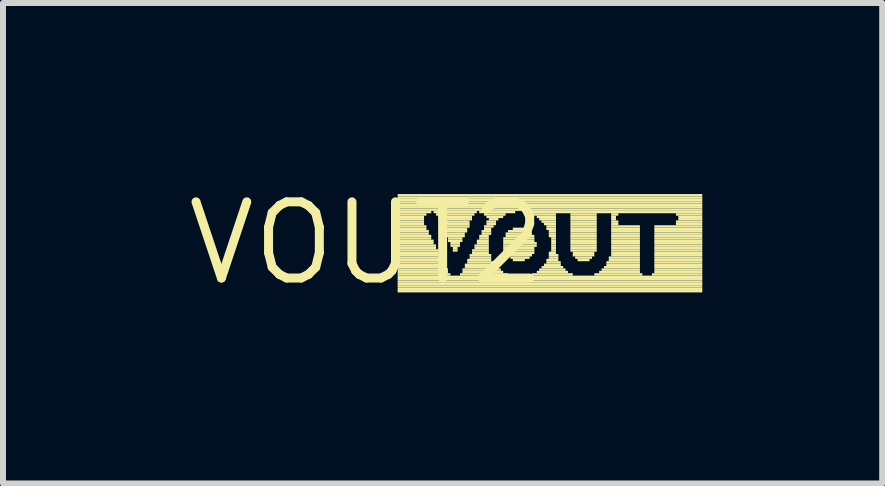
<source format=kicad_pcb>
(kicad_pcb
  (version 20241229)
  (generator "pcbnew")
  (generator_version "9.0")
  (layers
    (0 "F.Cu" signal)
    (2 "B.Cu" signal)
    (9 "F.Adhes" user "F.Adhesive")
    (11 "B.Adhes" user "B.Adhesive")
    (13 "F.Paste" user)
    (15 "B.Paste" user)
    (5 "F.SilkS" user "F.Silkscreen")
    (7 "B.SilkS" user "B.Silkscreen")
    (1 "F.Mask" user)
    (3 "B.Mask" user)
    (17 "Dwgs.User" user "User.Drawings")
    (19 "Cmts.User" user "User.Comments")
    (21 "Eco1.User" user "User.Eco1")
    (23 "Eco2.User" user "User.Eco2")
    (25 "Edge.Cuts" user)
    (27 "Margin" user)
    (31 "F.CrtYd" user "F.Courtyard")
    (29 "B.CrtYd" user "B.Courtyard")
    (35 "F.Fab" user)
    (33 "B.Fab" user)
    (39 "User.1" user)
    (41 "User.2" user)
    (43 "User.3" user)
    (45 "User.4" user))
  (footprint "VOUT2"
    (layer "F.Cu")
    (at 3.061 1.006)
    (property "Reference" "VOUT2" (at 0 0 0) (layer "F.SilkS") (effects (font (size 1.27 1.27) (thickness 0.15))))
    (fp_poly (pts (xy 0.52 -0.78) (xy 5.6 -0.78) (xy 5.6 -0.82) (xy 0.52 -0.82)) (stroke (width 0) (type solid)) (fill yes) (layer "F.SilkS"))
    (fp_poly (pts (xy 0.52 -0.74) (xy 5.6 -0.74) (xy 5.6 -0.78) (xy 0.52 -0.78)) (stroke (width 0) (type solid)) (fill yes) (layer "F.SilkS"))
    (fp_poly (pts (xy 0.52 -0.7) (xy 5.6 -0.7) (xy 5.6 -0.74) (xy 0.52 -0.74)) (stroke (width 0) (type solid)) (fill yes) (layer "F.SilkS"))
    (fp_poly (pts (xy 0.52 -0.66) (xy 5.6 -0.66) (xy 5.6 -0.7) (xy 0.52 -0.7)) (stroke (width 0) (type solid)) (fill yes) (layer "F.SilkS"))
    (fp_poly (pts (xy 0.52 -0.62) (xy 5.6 -0.62) (xy 5.6 -0.66) (xy 0.52 -0.66)) (stroke (width 0) (type solid)) (fill yes) (layer "F.SilkS"))
    (fp_poly (pts (xy 0.52 -0.58) (xy 5.6 -0.58) (xy 5.6 -0.62) (xy 0.52 -0.62)) (stroke (width 0) (type solid)) (fill yes) (layer "F.SilkS"))
    (fp_poly (pts (xy 0.52 -0.54) (xy 5.6 -0.54) (xy 5.6 -0.58) (xy 0.52 -0.58)) (stroke (width 0) (type solid)) (fill yes) (layer "F.SilkS"))
    (fp_poly (pts (xy 0.52 -0.5) (xy 1.08 -0.5) (xy 1.08 -0.54) (xy 0.52 -0.54)) (stroke (width 0) (type solid)) (fill yes) (layer "F.SilkS"))
    (fp_poly (pts (xy 0.52 -0.46) (xy 1 -0.46) (xy 1 -0.5) (xy 0.52 -0.5)) (stroke (width 0) (type solid)) (fill yes) (layer "F.SilkS"))
    (fp_poly (pts (xy 0.52 -0.42) (xy 0.96 -0.42) (xy 0.96 -0.46) (xy 0.52 -0.46)) (stroke (width 0) (type solid)) (fill yes) (layer "F.SilkS"))
    (fp_poly (pts (xy 0.52 -0.38) (xy 0.96 -0.38) (xy 0.96 -0.42) (xy 0.52 -0.42)) (stroke (width 0) (type solid)) (fill yes) (layer "F.SilkS"))
    (fp_poly (pts (xy 0.52 -0.34) (xy 0.96 -0.34) (xy 0.96 -0.38) (xy 0.52 -0.38)) (stroke (width 0) (type solid)) (fill yes) (layer "F.SilkS"))
    (fp_poly (pts (xy 0.52 -0.3) (xy 0.96 -0.3) (xy 0.96 -0.34) (xy 0.52 -0.34)) (stroke (width 0) (type solid)) (fill yes) (layer "F.SilkS"))
    (fp_poly (pts (xy 0.52 -0.26) (xy 1 -0.26) (xy 1 -0.3) (xy 0.52 -0.3)) (stroke (width 0) (type solid)) (fill yes) (layer "F.SilkS"))
    (fp_poly (pts (xy 0.52 -0.22) (xy 1 -0.22) (xy 1 -0.26) (xy 0.52 -0.26)) (stroke (width 0) (type solid)) (fill yes) (layer "F.SilkS"))
    (fp_poly (pts (xy 0.52 -0.18) (xy 1.04 -0.18) (xy 1.04 -0.22) (xy 0.52 -0.22)) (stroke (width 0) (type solid)) (fill yes) (layer "F.SilkS"))
    (fp_poly (pts (xy 0.52 -0.14) (xy 1.04 -0.14) (xy 1.04 -0.18) (xy 0.52 -0.18)) (stroke (width 0) (type solid)) (fill yes) (layer "F.SilkS"))
    (fp_poly (pts (xy 0.52 -0.1) (xy 1.08 -0.1) (xy 1.08 -0.14) (xy 0.52 -0.14)) (stroke (width 0) (type solid)) (fill yes) (layer "F.SilkS"))
    (fp_poly (pts (xy 0.52 -0.06) (xy 1.08 -0.06) (xy 1.08 -0.1) (xy 0.52 -0.1)) (stroke (width 0) (type solid)) (fill yes) (layer "F.SilkS"))
    (fp_poly (pts (xy 0.52 -0.02) (xy 1.12 -0.02) (xy 1.12 -0.06) (xy 0.52 -0.06)) (stroke (width 0) (type solid)) (fill yes) (layer "F.SilkS"))
    (fp_poly (pts (xy 0.52 0.02) (xy 1.12 0.02) (xy 1.12 -0.02) (xy 0.52 -0.02)) (stroke (width 0) (type solid)) (fill yes) (layer "F.SilkS"))
    (fp_poly (pts (xy 0.52 0.06) (xy 1.16 0.06) (xy 1.16 0.02) (xy 0.52 0.02)) (stroke (width 0) (type solid)) (fill yes) (layer "F.SilkS"))
    (fp_poly (pts (xy 0.52 0.1) (xy 1.16 0.1) (xy 1.16 0.06) (xy 0.52 0.06)) (stroke (width 0) (type solid)) (fill yes) (layer "F.SilkS"))
    (fp_poly (pts (xy 0.52 0.14) (xy 1.2 0.14) (xy 1.2 0.1) (xy 0.52 0.1)) (stroke (width 0) (type solid)) (fill yes) (layer "F.SilkS"))
    (fp_poly (pts (xy 0.52 0.18) (xy 1.2 0.18) (xy 1.2 0.14) (xy 0.52 0.14)) (stroke (width 0) (type solid)) (fill yes) (layer "F.SilkS"))
    (fp_poly (pts (xy 0.52 0.22) (xy 1.24 0.22) (xy 1.24 0.18) (xy 0.52 0.18)) (stroke (width 0) (type solid)) (fill yes) (layer "F.SilkS"))
    (fp_poly (pts (xy 0.52 0.26) (xy 1.24 0.26) (xy 1.24 0.22) (xy 0.52 0.22)) (stroke (width 0) (type solid)) (fill yes) (layer "F.SilkS"))
    (fp_poly (pts (xy 0.52 0.3) (xy 1.28 0.3) (xy 1.28 0.26) (xy 0.52 0.26)) (stroke (width 0) (type solid)) (fill yes) (layer "F.SilkS"))
    (fp_poly (pts (xy 0.52 0.34) (xy 1.28 0.34) (xy 1.28 0.3) (xy 0.52 0.3)) (stroke (width 0) (type solid)) (fill yes) (layer "F.SilkS"))
    (fp_poly (pts (xy 0.52 0.38) (xy 1.32 0.38) (xy 1.32 0.34) (xy 0.52 0.34)) (stroke (width 0) (type solid)) (fill yes) (layer "F.SilkS"))
    (fp_poly (pts (xy 0.52 0.42) (xy 1.32 0.42) (xy 1.32 0.38) (xy 0.52 0.38)) (stroke (width 0) (type solid)) (fill yes) (layer "F.SilkS"))
    (fp_poly (pts (xy 0.52 0.46) (xy 1.36 0.46) (xy 1.36 0.42) (xy 0.52 0.42)) (stroke (width 0) (type solid)) (fill yes) (layer "F.SilkS"))
    (fp_poly (pts (xy 0.52 0.5) (xy 1.36 0.5) (xy 1.36 0.46) (xy 0.52 0.46)) (stroke (width 0) (type solid)) (fill yes) (layer "F.SilkS"))
    (fp_poly (pts (xy 0.52 0.54) (xy 1.4 0.54) (xy 1.4 0.5) (xy 0.52 0.5)) (stroke (width 0) (type solid)) (fill yes) (layer "F.SilkS"))
    (fp_poly (pts (xy 0.52 0.58) (xy 5.6 0.58) (xy 5.6 0.54) (xy 0.52 0.54)) (stroke (width 0) (type solid)) (fill yes) (layer "F.SilkS"))
    (fp_poly (pts (xy 0.52 0.62) (xy 5.6 0.62) (xy 5.6 0.58) (xy 0.52 0.58)) (stroke (width 0) (type solid)) (fill yes) (layer "F.SilkS"))
    (fp_poly (pts (xy 0.52 0.66) (xy 5.6 0.66) (xy 5.6 0.62) (xy 0.52 0.62)) (stroke (width 0) (type solid)) (fill yes) (layer "F.SilkS"))
    (fp_poly (pts (xy 0.52 0.7) (xy 5.6 0.7) (xy 5.6 0.66) (xy 0.52 0.66)) (stroke (width 0) (type solid)) (fill yes) (layer "F.SilkS"))
    (fp_poly (pts (xy 0.52 0.74) (xy 5.6 0.74) (xy 5.6 0.7) (xy 0.52 0.7)) (stroke (width 0) (type solid)) (fill yes) (layer "F.SilkS"))
    (fp_poly (pts (xy 0.52 0.78) (xy 5.6 0.78) (xy 5.6 0.74) (xy 0.52 0.74)) (stroke (width 0) (type solid)) (fill yes) (layer "F.SilkS"))
    (fp_poly (pts (xy 0.52 0.82) (xy 5.6 0.82) (xy 5.6 0.78) (xy 0.52 0.78)) (stroke (width 0) (type solid)) (fill yes) (layer "F.SilkS"))
    (fp_poly (pts (xy 1.12 -0.5) (xy 1.84 -0.5) (xy 1.84 -0.54) (xy 1.12 -0.54)) (stroke (width 0) (type solid)) (fill yes) (layer "F.SilkS"))
    (fp_poly (pts (xy 1.16 -0.46) (xy 1.8 -0.46) (xy 1.8 -0.5) (xy 1.16 -0.5)) (stroke (width 0) (type solid)) (fill yes) (layer "F.SilkS"))
    (fp_poly (pts (xy 1.2 -0.42) (xy 1.76 -0.42) (xy 1.76 -0.46) (xy 1.2 -0.46)) (stroke (width 0) (type solid)) (fill yes) (layer "F.SilkS"))
    (fp_poly (pts (xy 1.2 -0.38) (xy 1.76 -0.38) (xy 1.76 -0.42) (xy 1.2 -0.42)) (stroke (width 0) (type solid)) (fill yes) (layer "F.SilkS"))
    (fp_poly (pts (xy 1.24 -0.34) (xy 1.72 -0.34) (xy 1.72 -0.38) (xy 1.24 -0.38)) (stroke (width 0) (type solid)) (fill yes) (layer "F.SilkS"))
    (fp_poly (pts (xy 1.24 -0.3) (xy 1.72 -0.3) (xy 1.72 -0.34) (xy 1.24 -0.34)) (stroke (width 0) (type solid)) (fill yes) (layer "F.SilkS"))
    (fp_poly (pts (xy 1.28 -0.26) (xy 1.72 -0.26) (xy 1.72 -0.3) (xy 1.28 -0.3)) (stroke (width 0) (type solid)) (fill yes) (layer "F.SilkS"))
    (fp_poly (pts (xy 1.28 -0.22) (xy 1.68 -0.22) (xy 1.68 -0.26) (xy 1.28 -0.26)) (stroke (width 0) (type solid)) (fill yes) (layer "F.SilkS"))
    (fp_poly (pts (xy 1.32 -0.18) (xy 1.68 -0.18) (xy 1.68 -0.22) (xy 1.32 -0.22)) (stroke (width 0) (type solid)) (fill yes) (layer "F.SilkS"))
    (fp_poly (pts (xy 1.32 -0.14) (xy 1.64 -0.14) (xy 1.64 -0.18) (xy 1.32 -0.18)) (stroke (width 0) (type solid)) (fill yes) (layer "F.SilkS"))
    (fp_poly (pts (xy 1.32 -0.1) (xy 1.64 -0.1) (xy 1.64 -0.14) (xy 1.32 -0.14)) (stroke (width 0) (type solid)) (fill yes) (layer "F.SilkS"))
    (fp_poly (pts (xy 1.36 -0.06) (xy 1.6 -0.06) (xy 1.6 -0.1) (xy 1.36 -0.1)) (stroke (width 0) (type solid)) (fill yes) (layer "F.SilkS"))
    (fp_poly (pts (xy 1.36 -0.02) (xy 1.6 -0.02) (xy 1.6 -0.06) (xy 1.36 -0.06)) (stroke (width 0) (type solid)) (fill yes) (layer "F.SilkS"))
    (fp_poly (pts (xy 1.4 0.02) (xy 1.56 0.02) (xy 1.56 -0.02) (xy 1.4 -0.02)) (stroke (width 0) (type solid)) (fill yes) (layer "F.SilkS"))
    (fp_poly (pts (xy 1.4 0.06) (xy 1.56 0.06) (xy 1.56 0.02) (xy 1.4 0.02)) (stroke (width 0) (type solid)) (fill yes) (layer "F.SilkS"))
    (fp_poly (pts (xy 1.44 0.1) (xy 1.52 0.1) (xy 1.52 0.06) (xy 1.44 0.06)) (stroke (width 0) (type solid)) (fill yes) (layer "F.SilkS"))
    (fp_poly (pts (xy 1.44 0.14) (xy 1.52 0.14) (xy 1.52 0.1) (xy 1.44 0.1)) (stroke (width 0) (type solid)) (fill yes) (layer "F.SilkS"))
    (fp_poly (pts (xy 1.56 0.54) (xy 2.36 0.54) (xy 2.36 0.5) (xy 1.56 0.5)) (stroke (width 0) (type solid)) (fill yes) (layer "F.SilkS"))
    (fp_poly (pts (xy 1.6 0.46) (xy 2.24 0.46) (xy 2.24 0.42) (xy 1.6 0.42)) (stroke (width 0) (type solid)) (fill yes) (layer "F.SilkS"))
    (fp_poly (pts (xy 1.6 0.5) (xy 2.28 0.5) (xy 2.28 0.46) (xy 1.6 0.46)) (stroke (width 0) (type solid)) (fill yes) (layer "F.SilkS"))
    (fp_poly (pts (xy 1.64 0.38) (xy 2.16 0.38) (xy 2.16 0.34) (xy 1.64 0.34)) (stroke (width 0) (type solid)) (fill yes) (layer "F.SilkS"))
    (fp_poly (pts (xy 1.64 0.42) (xy 2.2 0.42) (xy 2.2 0.38) (xy 1.64 0.38)) (stroke (width 0) (type solid)) (fill yes) (layer "F.SilkS"))
    (fp_poly (pts (xy 1.68 0.3) (xy 2.08 0.3) (xy 2.08 0.26) (xy 1.68 0.26)) (stroke (width 0) (type solid)) (fill yes) (layer "F.SilkS"))
    (fp_poly (pts (xy 1.68 0.34) (xy 2.12 0.34) (xy 2.12 0.3) (xy 1.68 0.3)) (stroke (width 0) (type solid)) (fill yes) (layer "F.SilkS"))
    (fp_poly (pts (xy 1.72 0.22) (xy 2.08 0.22) (xy 2.08 0.18) (xy 1.72 0.18)) (stroke (width 0) (type solid)) (fill yes) (layer "F.SilkS"))
    (fp_poly (pts (xy 1.72 0.26) (xy 2.08 0.26) (xy 2.08 0.22) (xy 1.72 0.22)) (stroke (width 0) (type solid)) (fill yes) (layer "F.SilkS"))
    (fp_poly (pts (xy 1.76 0.14) (xy 2.04 0.14) (xy 2.04 0.1) (xy 1.76 0.1)) (stroke (width 0) (type solid)) (fill yes) (layer "F.SilkS"))
    (fp_poly (pts (xy 1.76 0.18) (xy 2.04 0.18) (xy 2.04 0.14) (xy 1.76 0.14)) (stroke (width 0) (type solid)) (fill yes) (layer "F.SilkS"))
    (fp_poly (pts (xy 1.8 0.06) (xy 2.04 0.06) (xy 2.04 0.02) (xy 1.8 0.02)) (stroke (width 0) (type solid)) (fill yes) (layer "F.SilkS"))
    (fp_poly (pts (xy 1.8 0.1) (xy 2.04 0.1) (xy 2.04 0.06) (xy 1.8 0.06)) (stroke (width 0) (type solid)) (fill yes) (layer "F.SilkS"))
    (fp_poly (pts (xy 1.84 -0.02) (xy 2.04 -0.02) (xy 2.04 -0.06) (xy 1.84 -0.06)) (stroke (width 0) (type solid)) (fill yes) (layer "F.SilkS"))
    (fp_poly (pts (xy 1.84 0.02) (xy 2.04 0.02) (xy 2.04 -0.02) (xy 1.84 -0.02)) (stroke (width 0) (type solid)) (fill yes) (layer "F.SilkS"))
    (fp_poly (pts (xy 1.88 -0.5) (xy 2.48 -0.5) (xy 2.48 -0.54) (xy 1.88 -0.54)) (stroke (width 0) (type solid)) (fill yes) (layer "F.SilkS"))
    (fp_poly (pts (xy 1.88 -0.1) (xy 2.04 -0.1) (xy 2.04 -0.14) (xy 1.88 -0.14)) (stroke (width 0) (type solid)) (fill yes) (layer "F.SilkS"))
    (fp_poly (pts (xy 1.88 -0.06) (xy 2.04 -0.06) (xy 2.04 -0.1) (xy 1.88 -0.1)) (stroke (width 0) (type solid)) (fill yes) (layer "F.SilkS"))
    (fp_poly (pts (xy 1.92 -0.18) (xy 2.08 -0.18) (xy 2.08 -0.22) (xy 1.92 -0.22)) (stroke (width 0) (type solid)) (fill yes) (layer "F.SilkS"))
    (fp_poly (pts (xy 1.92 -0.14) (xy 2.08 -0.14) (xy 2.08 -0.18) (xy 1.92 -0.18)) (stroke (width 0) (type solid)) (fill yes) (layer "F.SilkS"))
    (fp_poly (pts (xy 1.96 -0.46) (xy 2.32 -0.46) (xy 2.32 -0.5) (xy 1.96 -0.5)) (stroke (width 0) (type solid)) (fill yes) (layer "F.SilkS"))
    (fp_poly (pts (xy 1.96 -0.26) (xy 2.12 -0.26) (xy 2.12 -0.3) (xy 1.96 -0.3)) (stroke (width 0) (type solid)) (fill yes) (layer "F.SilkS"))
    (fp_poly (pts (xy 1.96 -0.22) (xy 2.08 -0.22) (xy 2.08 -0.26) (xy 1.96 -0.26)) (stroke (width 0) (type solid)) (fill yes) (layer "F.SilkS"))
    (fp_poly (pts (xy 2 -0.42) (xy 2.28 -0.42) (xy 2.28 -0.46) (xy 2 -0.46)) (stroke (width 0) (type solid)) (fill yes) (layer "F.SilkS"))
    (fp_poly (pts (xy 2 -0.34) (xy 2.16 -0.34) (xy 2.16 -0.38) (xy 2 -0.38)) (stroke (width 0) (type solid)) (fill yes) (layer "F.SilkS"))
    (fp_poly (pts (xy 2 -0.3) (xy 2.16 -0.3) (xy 2.16 -0.34) (xy 2 -0.34)) (stroke (width 0) (type solid)) (fill yes) (layer "F.SilkS"))
    (fp_poly (pts (xy 2.04 -0.38) (xy 2.2 -0.38) (xy 2.2 -0.42) (xy 2.04 -0.42)) (stroke (width 0) (type solid)) (fill yes) (layer "F.SilkS"))
    (fp_poly (pts (xy 2.28 -0.06) (xy 2.8 -0.06) (xy 2.8 -0.1) (xy 2.28 -0.1)) (stroke (width 0) (type solid)) (fill yes) (layer "F.SilkS"))
    (fp_poly (pts (xy 2.28 -0.02) (xy 2.8 -0.02) (xy 2.8 -0.06) (xy 2.28 -0.06)) (stroke (width 0) (type solid)) (fill yes) (layer "F.SilkS"))
    (fp_poly (pts (xy 2.28 0.02) (xy 2.84 0.02) (xy 2.84 -0.02) (xy 2.28 -0.02)) (stroke (width 0) (type solid)) (fill yes) (layer "F.SilkS"))
    (fp_poly (pts (xy 2.28 0.06) (xy 2.84 0.06) (xy 2.84 0.02) (xy 2.28 0.02)) (stroke (width 0) (type solid)) (fill yes) (layer "F.SilkS"))
    (fp_poly (pts (xy 2.28 0.1) (xy 2.8 0.1) (xy 2.8 0.06) (xy 2.28 0.06)) (stroke (width 0) (type solid)) (fill yes) (layer "F.SilkS"))
    (fp_poly (pts (xy 2.28 0.14) (xy 2.8 0.14) (xy 2.8 0.1) (xy 2.28 0.1)) (stroke (width 0) (type solid)) (fill yes) (layer "F.SilkS"))
    (fp_poly (pts (xy 2.32 -0.14) (xy 2.76 -0.14) (xy 2.76 -0.18) (xy 2.32 -0.18)) (stroke (width 0) (type solid)) (fill yes) (layer "F.SilkS"))
    (fp_poly (pts (xy 2.32 -0.1) (xy 2.8 -0.1) (xy 2.8 -0.14) (xy 2.32 -0.14)) (stroke (width 0) (type solid)) (fill yes) (layer "F.SilkS"))
    (fp_poly (pts (xy 2.32 0.18) (xy 2.8 0.18) (xy 2.8 0.14) (xy 2.32 0.14)) (stroke (width 0) (type solid)) (fill yes) (layer "F.SilkS"))
    (fp_poly (pts (xy 2.36 -0.18) (xy 2.72 -0.18) (xy 2.72 -0.22) (xy 2.36 -0.22)) (stroke (width 0) (type solid)) (fill yes) (layer "F.SilkS"))
    (fp_poly (pts (xy 2.36 0.22) (xy 2.76 0.22) (xy 2.76 0.18) (xy 2.36 0.18)) (stroke (width 0) (type solid)) (fill yes) (layer "F.SilkS"))
    (fp_poly (pts (xy 2.4 0.26) (xy 2.72 0.26) (xy 2.72 0.22) (xy 2.4 0.22)) (stroke (width 0) (type solid)) (fill yes) (layer "F.SilkS"))
    (fp_poly (pts (xy 2.44 -0.22) (xy 2.68 -0.22) (xy 2.68 -0.26) (xy 2.44 -0.26)) (stroke (width 0) (type solid)) (fill yes) (layer "F.SilkS"))
    (fp_poly (pts (xy 2.44 0.3) (xy 2.64 0.3) (xy 2.64 0.26) (xy 2.44 0.26)) (stroke (width 0) (type solid)) (fill yes) (layer "F.SilkS"))
    (fp_poly (pts (xy 2.64 -0.5) (xy 5.6 -0.5) (xy 5.6 -0.54) (xy 2.64 -0.54)) (stroke (width 0) (type solid)) (fill yes) (layer "F.SilkS"))
    (fp_poly (pts (xy 2.76 -0.46) (xy 3.16 -0.46) (xy 3.16 -0.5) (xy 2.76 -0.5)) (stroke (width 0) (type solid)) (fill yes) (layer "F.SilkS"))
    (fp_poly (pts (xy 2.76 0.54) (xy 3.44 0.54) (xy 3.44 0.5) (xy 2.76 0.5)) (stroke (width 0) (type solid)) (fill yes) (layer "F.SilkS"))
    (fp_poly (pts (xy 2.84 -0.42) (xy 3.16 -0.42) (xy 3.16 -0.46) (xy 2.84 -0.46)) (stroke (width 0) (type solid)) (fill yes) (layer "F.SilkS"))
    (fp_poly (pts (xy 2.84 0.5) (xy 3.36 0.5) (xy 3.36 0.46) (xy 2.84 0.46)) (stroke (width 0) (type solid)) (fill yes) (layer "F.SilkS"))
    (fp_poly (pts (xy 2.88 -0.38) (xy 3.16 -0.38) (xy 3.16 -0.42) (xy 2.88 -0.42)) (stroke (width 0) (type solid)) (fill yes) (layer "F.SilkS"))
    (fp_poly (pts (xy 2.88 0.46) (xy 3.32 0.46) (xy 3.32 0.42) (xy 2.88 0.42)) (stroke (width 0) (type solid)) (fill yes) (layer "F.SilkS"))
    (fp_poly (pts (xy 2.92 -0.34) (xy 3.16 -0.34) (xy 3.16 -0.38) (xy 2.92 -0.38)) (stroke (width 0) (type solid)) (fill yes) (layer "F.SilkS"))
    (fp_poly (pts (xy 2.92 0.42) (xy 3.28 0.42) (xy 3.28 0.38) (xy 2.92 0.38)) (stroke (width 0) (type solid)) (fill yes) (layer "F.SilkS"))
    (fp_poly (pts (xy 2.96 -0.3) (xy 3.16 -0.3) (xy 3.16 -0.34) (xy 2.96 -0.34)) (stroke (width 0) (type solid)) (fill yes) (layer "F.SilkS"))
    (fp_poly (pts (xy 2.96 0.38) (xy 3.24 0.38) (xy 3.24 0.34) (xy 2.96 0.34)) (stroke (width 0) (type solid)) (fill yes) (layer "F.SilkS"))
    (fp_poly (pts (xy 3 -0.26) (xy 3.16 -0.26) (xy 3.16 -0.3) (xy 3 -0.3)) (stroke (width 0) (type solid)) (fill yes) (layer "F.SilkS"))
    (fp_poly (pts (xy 3 -0.22) (xy 3.16 -0.22) (xy 3.16 -0.26) (xy 3 -0.26)) (stroke (width 0) (type solid)) (fill yes) (layer "F.SilkS"))
    (fp_poly (pts (xy 3 0.3) (xy 3.2 0.3) (xy 3.2 0.26) (xy 3 0.26)) (stroke (width 0) (type solid)) (fill yes) (layer "F.SilkS"))
    (fp_poly (pts (xy 3 0.34) (xy 3.24 0.34) (xy 3.24 0.3) (xy 3 0.3)) (stroke (width 0) (type solid)) (fill yes) (layer "F.SilkS"))
    (fp_poly (pts (xy 3.04 -0.18) (xy 3.16 -0.18) (xy 3.16 -0.22) (xy 3.04 -0.22)) (stroke (width 0) (type solid)) (fill yes) (layer "F.SilkS"))
    (fp_poly (pts (xy 3.04 -0.14) (xy 3.16 -0.14) (xy 3.16 -0.18) (xy 3.04 -0.18)) (stroke (width 0) (type solid)) (fill yes) (layer "F.SilkS"))
    (fp_poly (pts (xy 3.04 -0.1) (xy 3.16 -0.1) (xy 3.16 -0.14) (xy 3.04 -0.14)) (stroke (width 0) (type solid)) (fill yes) (layer "F.SilkS"))
    (fp_poly (pts (xy 3.04 0.18) (xy 3.16 0.18) (xy 3.16 0.14) (xy 3.04 0.14)) (stroke (width 0) (type solid)) (fill yes) (layer "F.SilkS"))
    (fp_poly (pts (xy 3.04 0.22) (xy 3.2 0.22) (xy 3.2 0.18) (xy 3.04 0.18)) (stroke (width 0) (type solid)) (fill yes) (layer "F.SilkS"))
    (fp_poly (pts (xy 3.04 0.26) (xy 3.2 0.26) (xy 3.2 0.22) (xy 3.04 0.22)) (stroke (width 0) (type solid)) (fill yes) (layer "F.SilkS"))
    (fp_poly (pts (xy 3.08 -0.06) (xy 3.16 -0.06) (xy 3.16 -0.1) (xy 3.08 -0.1)) (stroke (width 0) (type solid)) (fill yes) (layer "F.SilkS"))
    (fp_poly (pts (xy 3.08 -0.02) (xy 3.16 -0.02) (xy 3.16 -0.06) (xy 3.08 -0.06)) (stroke (width 0) (type solid)) (fill yes) (layer "F.SilkS"))
    (fp_poly (pts (xy 3.08 0.02) (xy 3.16 0.02) (xy 3.16 -0.02) (xy 3.08 -0.02)) (stroke (width 0) (type solid)) (fill yes) (layer "F.SilkS"))
    (fp_poly (pts (xy 3.08 0.06) (xy 3.16 0.06) (xy 3.16 0.02) (xy 3.08 0.02)) (stroke (width 0) (type solid)) (fill yes) (layer "F.SilkS"))
    (fp_poly (pts (xy 3.08 0.1) (xy 3.16 0.1) (xy 3.16 0.06) (xy 3.08 0.06)) (stroke (width 0) (type solid)) (fill yes) (layer "F.SilkS"))
    (fp_poly (pts (xy 3.08 0.14) (xy 3.16 0.14) (xy 3.16 0.1) (xy 3.08 0.1)) (stroke (width 0) (type solid)) (fill yes) (layer "F.SilkS"))
    (fp_poly (pts (xy 3.4 -0.46) (xy 3.84 -0.46) (xy 3.84 -0.5) (xy 3.4 -0.5)) (stroke (width 0) (type solid)) (fill yes) (layer "F.SilkS"))
    (fp_poly (pts (xy 3.4 -0.42) (xy 3.84 -0.42) (xy 3.84 -0.46) (xy 3.4 -0.46)) (stroke (width 0) (type solid)) (fill yes) (layer "F.SilkS"))
    (fp_poly (pts (xy 3.4 -0.38) (xy 3.84 -0.38) (xy 3.84 -0.42) (xy 3.4 -0.42)) (stroke (width 0) (type solid)) (fill yes) (layer "F.SilkS"))
    (fp_poly (pts (xy 3.4 -0.34) (xy 3.84 -0.34) (xy 3.84 -0.38) (xy 3.4 -0.38)) (stroke (width 0) (type solid)) (fill yes) (layer "F.SilkS"))
    (fp_poly (pts (xy 3.4 -0.3) (xy 3.84 -0.3) (xy 3.84 -0.34) (xy 3.4 -0.34)) (stroke (width 0) (type solid)) (fill yes) (layer "F.SilkS"))
    (fp_poly (pts (xy 3.4 -0.26) (xy 3.84 -0.26) (xy 3.84 -0.3) (xy 3.4 -0.3)) (stroke (width 0) (type solid)) (fill yes) (layer "F.SilkS"))
    (fp_poly (pts (xy 3.4 -0.22) (xy 3.84 -0.22) (xy 3.84 -0.26) (xy 3.4 -0.26)) (stroke (width 0) (type solid)) (fill yes) (layer "F.SilkS"))
    (fp_poly (pts (xy 3.4 -0.18) (xy 3.84 -0.18) (xy 3.84 -0.22) (xy 3.4 -0.22)) (stroke (width 0) (type solid)) (fill yes) (layer "F.SilkS"))
    (fp_poly (pts (xy 3.4 -0.14) (xy 3.84 -0.14) (xy 3.84 -0.18) (xy 3.4 -0.18)) (stroke (width 0) (type solid)) (fill yes) (layer "F.SilkS"))
    (fp_poly (pts (xy 3.4 -0.1) (xy 3.84 -0.1) (xy 3.84 -0.14) (xy 3.4 -0.14)) (stroke (width 0) (type solid)) (fill yes) (layer "F.SilkS"))
    (fp_poly (pts (xy 3.4 -0.06) (xy 3.84 -0.06) (xy 3.84 -0.1) (xy 3.4 -0.1)) (stroke (width 0) (type solid)) (fill yes) (layer "F.SilkS"))
    (fp_poly (pts (xy 3.4 -0.02) (xy 3.84 -0.02) (xy 3.84 -0.06) (xy 3.4 -0.06)) (stroke (width 0) (type solid)) (fill yes) (layer "F.SilkS"))
    (fp_poly (pts (xy 3.4 0.02) (xy 3.84 0.02) (xy 3.84 -0.02) (xy 3.4 -0.02)) (stroke (width 0) (type solid)) (fill yes) (layer "F.SilkS"))
    (fp_poly (pts (xy 3.4 0.06) (xy 3.84 0.06) (xy 3.84 0.02) (xy 3.4 0.02)) (stroke (width 0) (type solid)) (fill yes) (layer "F.SilkS"))
    (fp_poly (pts (xy 3.4 0.1) (xy 3.84 0.1) (xy 3.84 0.06) (xy 3.4 0.06)) (stroke (width 0) (type solid)) (fill yes) (layer "F.SilkS"))
    (fp_poly (pts (xy 3.4 0.14) (xy 3.84 0.14) (xy 3.84 0.1) (xy 3.4 0.1)) (stroke (width 0) (type solid)) (fill yes) (layer "F.SilkS"))
    (fp_poly (pts (xy 3.44 0.18) (xy 3.8 0.18) (xy 3.8 0.14) (xy 3.44 0.14)) (stroke (width 0) (type solid)) (fill yes) (layer "F.SilkS"))
    (fp_poly (pts (xy 3.44 0.22) (xy 3.8 0.22) (xy 3.8 0.18) (xy 3.44 0.18)) (stroke (width 0) (type solid)) (fill yes) (layer "F.SilkS"))
    (fp_poly (pts (xy 3.48 0.26) (xy 3.76 0.26) (xy 3.76 0.22) (xy 3.48 0.22)) (stroke (width 0) (type solid)) (fill yes) (layer "F.SilkS"))
    (fp_poly (pts (xy 3.52 0.3) (xy 3.72 0.3) (xy 3.72 0.26) (xy 3.52 0.26)) (stroke (width 0) (type solid)) (fill yes) (layer "F.SilkS"))
    (fp_poly (pts (xy 3.8 0.54) (xy 4.6 0.54) (xy 4.6 0.5) (xy 3.8 0.5)) (stroke (width 0) (type solid)) (fill yes) (layer "F.SilkS"))
    (fp_poly (pts (xy 3.88 0.5) (xy 4.56 0.5) (xy 4.56 0.46) (xy 3.88 0.46)) (stroke (width 0) (type solid)) (fill yes) (layer "F.SilkS"))
    (fp_poly (pts (xy 3.92 0.46) (xy 4.56 0.46) (xy 4.56 0.42) (xy 3.92 0.42)) (stroke (width 0) (type solid)) (fill yes) (layer "F.SilkS"))
    (fp_poly (pts (xy 3.96 0.42) (xy 4.56 0.42) (xy 4.56 0.38) (xy 3.96 0.38)) (stroke (width 0) (type solid)) (fill yes) (layer "F.SilkS"))
    (fp_poly (pts (xy 4 0.34) (xy 4.56 0.34) (xy 4.56 0.3) (xy 4 0.3)) (stroke (width 0) (type solid)) (fill yes) (layer "F.SilkS"))
    (fp_poly (pts (xy 4 0.38) (xy 4.56 0.38) (xy 4.56 0.34) (xy 4 0.34)) (stroke (width 0) (type solid)) (fill yes) (layer "F.SilkS"))
    (fp_poly (pts (xy 4.04 0.26) (xy 4.56 0.26) (xy 4.56 0.22) (xy 4.04 0.22)) (stroke (width 0) (type solid)) (fill yes) (layer "F.SilkS"))
    (fp_poly (pts (xy 4.04 0.3) (xy 4.56 0.3) (xy 4.56 0.26) (xy 4.04 0.26)) (stroke (width 0) (type solid)) (fill yes) (layer "F.SilkS"))
    (fp_poly (pts (xy 4.08 -0.46) (xy 4.2 -0.46) (xy 4.2 -0.5) (xy 4.08 -0.5)) (stroke (width 0) (type solid)) (fill yes) (layer "F.SilkS"))
    (fp_poly (pts (xy 4.08 -0.42) (xy 4.16 -0.42) (xy 4.16 -0.46) (xy 4.08 -0.46)) (stroke (width 0) (type solid)) (fill yes) (layer "F.SilkS"))
    (fp_poly (pts (xy 4.08 -0.38) (xy 4.16 -0.38) (xy 4.16 -0.42) (xy 4.08 -0.42)) (stroke (width 0) (type solid)) (fill yes) (layer "F.SilkS"))
    (fp_poly (pts (xy 4.08 -0.34) (xy 4.2 -0.34) (xy 4.2 -0.38) (xy 4.08 -0.38)) (stroke (width 0) (type solid)) (fill yes) (layer "F.SilkS"))
    (fp_poly (pts (xy 4.08 -0.3) (xy 4.2 -0.3) (xy 4.2 -0.34) (xy 4.08 -0.34)) (stroke (width 0) (type solid)) (fill yes) (layer "F.SilkS"))
    (fp_poly (pts (xy 4.08 -0.26) (xy 4.56 -0.26) (xy 4.56 -0.3) (xy 4.08 -0.3)) (stroke (width 0) (type solid)) (fill yes) (layer "F.SilkS"))
    (fp_poly (pts (xy 4.08 -0.22) (xy 4.56 -0.22) (xy 4.56 -0.26) (xy 4.08 -0.26)) (stroke (width 0) (type solid)) (fill yes) (layer "F.SilkS"))
    (fp_poly (pts (xy 4.08 -0.18) (xy 4.56 -0.18) (xy 4.56 -0.22) (xy 4.08 -0.22)) (stroke (width 0) (type solid)) (fill yes) (layer "F.SilkS"))
    (fp_poly (pts (xy 4.08 -0.14) (xy 4.56 -0.14) (xy 4.56 -0.18) (xy 4.08 -0.18)) (stroke (width 0) (type solid)) (fill yes) (layer "F.SilkS"))
    (fp_poly (pts (xy 4.08 -0.1) (xy 4.56 -0.1) (xy 4.56 -0.14) (xy 4.08 -0.14)) (stroke (width 0) (type solid)) (fill yes) (layer "F.SilkS"))
    (fp_poly (pts (xy 4.08 -0.06) (xy 4.56 -0.06) (xy 4.56 -0.1) (xy 4.08 -0.1)) (stroke (width 0) (type solid)) (fill yes) (layer "F.SilkS"))
    (fp_poly (pts (xy 4.08 -0.02) (xy 4.56 -0.02) (xy 4.56 -0.06) (xy 4.08 -0.06)) (stroke (width 0) (type solid)) (fill yes) (layer "F.SilkS"))
    (fp_poly (pts (xy 4.08 0.02) (xy 4.56 0.02) (xy 4.56 -0.02) (xy 4.08 -0.02)) (stroke (width 0) (type solid)) (fill yes) (layer "F.SilkS"))
    (fp_poly (pts (xy 4.08 0.06) (xy 4.56 0.06) (xy 4.56 0.02) (xy 4.08 0.02)) (stroke (width 0) (type solid)) (fill yes) (layer "F.SilkS"))
    (fp_poly (pts (xy 4.08 0.1) (xy 4.56 0.1) (xy 4.56 0.06) (xy 4.08 0.06)) (stroke (width 0) (type solid)) (fill yes) (layer "F.SilkS"))
    (fp_poly (pts (xy 4.08 0.14) (xy 4.56 0.14) (xy 4.56 0.1) (xy 4.08 0.1)) (stroke (width 0) (type solid)) (fill yes) (layer "F.SilkS"))
    (fp_poly (pts (xy 4.08 0.18) (xy 4.56 0.18) (xy 4.56 0.14) (xy 4.08 0.14)) (stroke (width 0) (type solid)) (fill yes) (layer "F.SilkS"))
    (fp_poly (pts (xy 4.08 0.22) (xy 4.56 0.22) (xy 4.56 0.18) (xy 4.08 0.18)) (stroke (width 0) (type solid)) (fill yes) (layer "F.SilkS"))
    (fp_poly (pts (xy 4.76 0.54) (xy 5.6 0.54) (xy 5.6 0.5) (xy 4.76 0.5)) (stroke (width 0) (type solid)) (fill yes) (layer "F.SilkS"))
    (fp_poly (pts (xy 4.8 -0.26) (xy 5.6 -0.26) (xy 5.6 -0.3) (xy 4.8 -0.3)) (stroke (width 0) (type solid)) (fill yes) (layer "F.SilkS"))
    (fp_poly (pts (xy 4.8 -0.22) (xy 5.6 -0.22) (xy 5.6 -0.26) (xy 4.8 -0.26)) (stroke (width 0) (type solid)) (fill yes) (layer "F.SilkS"))
    (fp_poly (pts (xy 4.8 -0.18) (xy 5.6 -0.18) (xy 5.6 -0.22) (xy 4.8 -0.22)) (stroke (width 0) (type solid)) (fill yes) (layer "F.SilkS"))
    (fp_poly (pts (xy 4.8 -0.14) (xy 5.6 -0.14) (xy 5.6 -0.18) (xy 4.8 -0.18)) (stroke (width 0) (type solid)) (fill yes) (layer "F.SilkS"))
    (fp_poly (pts (xy 4.8 -0.1) (xy 5.6 -0.1) (xy 5.6 -0.14) (xy 4.8 -0.14)) (stroke (width 0) (type solid)) (fill yes) (layer "F.SilkS"))
    (fp_poly (pts (xy 4.8 -0.06) (xy 5.6 -0.06) (xy 5.6 -0.1) (xy 4.8 -0.1)) (stroke (width 0) (type solid)) (fill yes) (layer "F.SilkS"))
    (fp_poly (pts (xy 4.8 -0.02) (xy 5.6 -0.02) (xy 5.6 -0.06) (xy 4.8 -0.06)) (stroke (width 0) (type solid)) (fill yes) (layer "F.SilkS"))
    (fp_poly (pts (xy 4.8 0.02) (xy 5.6 0.02) (xy 5.6 -0.02) (xy 4.8 -0.02)) (stroke (width 0) (type solid)) (fill yes) (layer "F.SilkS"))
    (fp_poly (pts (xy 4.8 0.06) (xy 5.6 0.06) (xy 5.6 0.02) (xy 4.8 0.02)) (stroke (width 0) (type solid)) (fill yes) (layer "F.SilkS"))
    (fp_poly (pts (xy 4.8 0.1) (xy 5.6 0.1) (xy 5.6 0.06) (xy 4.8 0.06)) (stroke (width 0) (type solid)) (fill yes) (layer "F.SilkS"))
    (fp_poly (pts (xy 4.8 0.14) (xy 5.6 0.14) (xy 5.6 0.1) (xy 4.8 0.1)) (stroke (width 0) (type solid)) (fill yes) (layer "F.SilkS"))
    (fp_poly (pts (xy 4.8 0.18) (xy 5.6 0.18) (xy 5.6 0.14) (xy 4.8 0.14)) (stroke (width 0) (type solid)) (fill yes) (layer "F.SilkS"))
    (fp_poly (pts (xy 4.8 0.22) (xy 5.6 0.22) (xy 5.6 0.18) (xy 4.8 0.18)) (stroke (width 0) (type solid)) (fill yes) (layer "F.SilkS"))
    (fp_poly (pts (xy 4.8 0.26) (xy 5.6 0.26) (xy 5.6 0.22) (xy 4.8 0.22)) (stroke (width 0) (type solid)) (fill yes) (layer "F.SilkS"))
    (fp_poly (pts (xy 4.8 0.3) (xy 5.6 0.3) (xy 5.6 0.26) (xy 4.8 0.26)) (stroke (width 0) (type solid)) (fill yes) (layer "F.SilkS"))
    (fp_poly (pts (xy 4.8 0.34) (xy 5.6 0.34) (xy 5.6 0.3) (xy 4.8 0.3)) (stroke (width 0) (type solid)) (fill yes) (layer "F.SilkS"))
    (fp_poly (pts (xy 4.8 0.38) (xy 5.6 0.38) (xy 5.6 0.34) (xy 4.8 0.34)) (stroke (width 0) (type solid)) (fill yes) (layer "F.SilkS"))
    (fp_poly (pts (xy 4.8 0.42) (xy 5.6 0.42) (xy 5.6 0.38) (xy 4.8 0.38)) (stroke (width 0) (type solid)) (fill yes) (layer "F.SilkS"))
    (fp_poly (pts (xy 4.8 0.46) (xy 5.6 0.46) (xy 5.6 0.42) (xy 4.8 0.42)) (stroke (width 0) (type solid)) (fill yes) (layer "F.SilkS"))
    (fp_poly (pts (xy 4.8 0.5) (xy 5.6 0.5) (xy 5.6 0.46) (xy 4.8 0.46)) (stroke (width 0) (type solid)) (fill yes) (layer "F.SilkS"))
    (fp_poly (pts (xy 5.16 -0.46) (xy 5.6 -0.46) (xy 5.6 -0.5) (xy 5.16 -0.5)) (stroke (width 0) (type solid)) (fill yes) (layer "F.SilkS"))
    (fp_poly (pts (xy 5.16 -0.34) (xy 5.6 -0.34) (xy 5.6 -0.38) (xy 5.16 -0.38)) (stroke (width 0) (type solid)) (fill yes) (layer "F.SilkS"))
    (fp_poly (pts (xy 5.16 -0.3) (xy 5.6 -0.3) (xy 5.6 -0.34) (xy 5.16 -0.34)) (stroke (width 0) (type solid)) (fill yes) (layer "F.SilkS"))
    (fp_poly (pts (xy 5.2 -0.42) (xy 5.6 -0.42) (xy 5.6 -0.46) (xy 5.2 -0.46)) (stroke (width 0) (type solid)) (fill yes) (layer "F.SilkS"))
    (fp_poly (pts (xy 5.2 -0.38) (xy 5.6 -0.38) (xy 5.6 -0.42) (xy 5.2 -0.42)) (stroke (width 0) (type solid)) (fill yes) (layer "F.SilkS")))
  (gr_rect
    (start -3 -3)
    (end 11.661 5.012)
    (stroke (width 0.1) (type default))
    (fill no)
    (layer "Edge.Cuts")))
</source>
